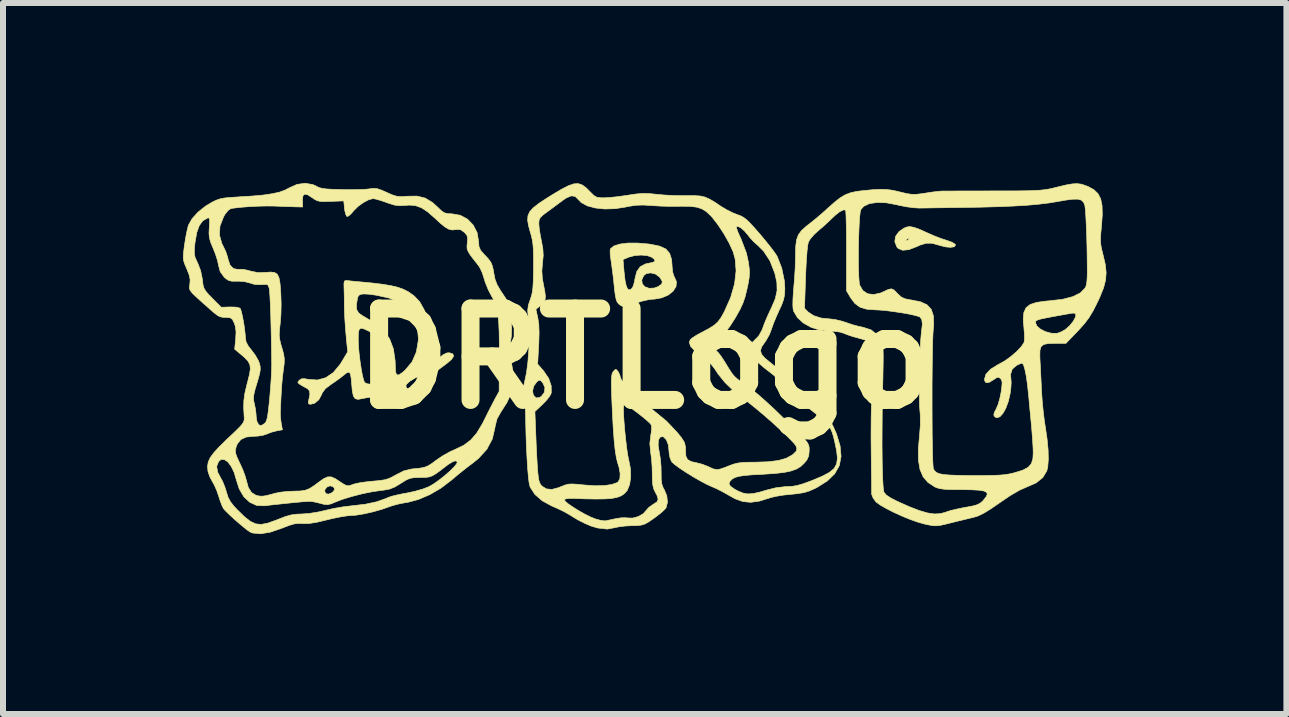
<source format=kicad_pcb>
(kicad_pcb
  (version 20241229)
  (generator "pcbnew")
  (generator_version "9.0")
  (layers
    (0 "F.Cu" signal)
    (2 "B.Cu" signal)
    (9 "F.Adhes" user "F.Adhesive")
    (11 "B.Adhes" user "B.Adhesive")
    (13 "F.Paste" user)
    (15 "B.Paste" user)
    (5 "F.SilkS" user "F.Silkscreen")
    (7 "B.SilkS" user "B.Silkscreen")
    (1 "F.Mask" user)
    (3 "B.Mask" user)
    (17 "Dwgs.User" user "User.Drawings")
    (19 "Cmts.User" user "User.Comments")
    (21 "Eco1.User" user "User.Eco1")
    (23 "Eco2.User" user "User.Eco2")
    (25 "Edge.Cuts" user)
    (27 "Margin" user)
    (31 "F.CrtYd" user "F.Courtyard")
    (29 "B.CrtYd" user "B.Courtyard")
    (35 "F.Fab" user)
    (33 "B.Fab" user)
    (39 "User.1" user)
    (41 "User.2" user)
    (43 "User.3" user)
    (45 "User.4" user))
  (footprint "DRTLogo"
    (layer "F.Cu")
    (at 7.697 2.928)
    (property "Reference" "DRTLogo" (at 0 0 180) (layer "F.SilkS") (effects (font (size 1.524 1.524) (thickness 0.3))))
    (attr through_hole)
    (fp_poly (pts (xy 4.49 -2.188) (xy 4.577 -2.157) (xy 4.696 -2.103) (xy 4.709 -2.097) (xy 4.821 -2.048) (xy 4.939 -2.002) (xy 5.036 -1.971) (xy 5.127 -1.938) (xy 5.175 -1.907) (xy 5.182 -1.892) (xy 5.16 -1.864) (xy 5.101 -1.855) (xy 5.017 -1.862) (xy 4.918 -1.887) (xy 4.902 -1.892) (xy 4.79 -1.923) (xy 4.693 -1.923) (xy 4.591 -1.892) (xy 4.534 -1.866) (xy 4.404 -1.816) (xy 4.301 -1.806) (xy 4.227 -1.836) (xy 4.205 -1.86) (xy 4.17 -1.948) (xy 4.172 -1.963) (xy 4.346 -1.963) (xy 4.371 -1.968) (xy 4.376 -1.97) (xy 4.407 -1.99) (xy 4.408 -2.002) (xy 4.381 -1.999) (xy 4.362 -1.984) (xy 4.346 -1.963) (xy 4.172 -1.963) (xy 4.182 -2.036) (xy 4.239 -2.116) (xy 4.322 -2.174) (xy 4.374 -2.195) (xy 4.426 -2.2) (xy 4.49 -2.188)) (stroke (width 0.01) (type solid)) (fill yes) (layer "F.SilkS"))
    (fp_poly (pts (xy 0.071 -1.91) (xy 0.109 -1.904) (xy 0.252 -1.874) (xy 0.353 -1.827) (xy 0.416 -1.755) (xy 0.449 -1.652) (xy 0.458 -1.527) (xy 0.466 -1.444) (xy 0.487 -1.377) (xy 0.496 -1.36) (xy 0.531 -1.28) (xy 0.522 -1.199) (xy 0.474 -1.124) (xy 0.394 -1.06) (xy 0.287 -1.014) (xy 0.161 -0.991) (xy 0.127 -0.99) (xy 0.058 -0.981) (xy -0.038 -0.959) (xy -0.139 -0.927) (xy -0.14 -0.927) (xy -0.244 -0.891) (xy -0.312 -0.872) (xy -0.357 -0.868) (xy -0.391 -0.88) (xy -0.427 -0.906) (xy -0.429 -0.908) (xy -0.455 -0.937) (xy -0.474 -0.981) (xy -0.489 -1.051) (xy -0.503 -1.157) (xy -0.509 -1.219) (xy -0.523 -1.352) (xy -0.54 -1.485) (xy -0.555 -1.599) (xy -0.562 -1.643) (xy -0.563 -1.651) (xy -0.361 -1.651) (xy -0.343 -1.442) (xy -0.326 -1.296) (xy -0.304 -1.2) (xy -0.276 -1.151) (xy -0.241 -1.147) (xy -0.206 -1.177) (xy -0.186 -1.222) (xy -0.167 -1.295) (xy -0.165 -1.31) (xy -0.049 -1.31) (xy -0.039 -1.245) (xy 0.005 -1.197) (xy 0.074 -1.172) (xy 0.159 -1.176) (xy 0.227 -1.201) (xy 0.283 -1.241) (xy 0.294 -1.286) (xy 0.259 -1.345) (xy 0.249 -1.358) (xy 0.181 -1.409) (xy 0.101 -1.429) (xy 0.027 -1.418) (xy -0.016 -1.383) (xy -0.049 -1.31) (xy -0.165 -1.31) (xy -0.162 -1.331) (xy -0.131 -1.452) (xy -0.074 -1.532) (xy 0.013 -1.578) (xy 0.064 -1.589) (xy 0.143 -1.606) (xy 0.173 -1.628) (xy 0.157 -1.659) (xy 0.121 -1.688) (xy 0.047 -1.716) (xy -0.055 -1.726) (xy -0.166 -1.718) (xy -0.266 -1.691) (xy -0.27 -1.689) (xy -0.361 -1.651) (xy -0.563 -1.651) (xy -0.574 -1.73) (xy -0.576 -1.799) (xy -0.571 -1.83) (xy -0.514 -1.877) (xy -0.415 -1.909) (xy -0.28 -1.926) (xy -0.116 -1.926) (xy 0.071 -1.91)) (stroke (width 0.01) (type solid)) (fill yes) (layer "F.SilkS"))
    (fp_poly (pts (xy -4.953 -1.3) (xy -4.89 -1.293) (xy -4.802 -1.284) (xy -4.763 -1.281) (xy -4.543 -1.26) (xy -4.367 -1.239) (xy -4.226 -1.215) (xy -4.113 -1.188) (xy -4.021 -1.155) (xy -3.941 -1.114) (xy -3.866 -1.062) (xy -3.838 -1.04) (xy -3.75 -0.947) (xy -3.678 -0.818) (xy -3.619 -0.647) (xy -3.596 -0.557) (xy -3.577 -0.465) (xy -3.571 -0.388) (xy -3.578 -0.304) (xy -3.595 -0.205) (xy -3.62 -0.061) (xy -3.627 0.037) (xy -3.616 0.091) (xy -3.585 0.104) (xy -3.531 0.077) (xy -3.454 0.013) (xy -3.437 -0.002) (xy -3.359 -0.065) (xy -3.299 -0.094) (xy -3.257 -0.097) (xy -3.198 -0.078) (xy -3.185 -0.04) (xy -3.219 0.013) (xy -3.293 0.077) (xy -3.367 0.132) (xy -3.432 0.18) (xy -3.46 0.201) (xy -3.513 0.226) (xy -3.593 0.248) (xy -3.64 0.257) (xy -3.73 0.282) (xy -3.825 0.323) (xy -3.908 0.373) (xy -3.966 0.424) (xy -3.981 0.45) (xy -3.971 0.487) (xy -3.939 0.525) (xy -3.899 0.576) (xy -3.886 0.619) (xy -3.891 0.647) (xy -3.915 0.658) (xy -3.971 0.653) (xy -4.007 0.647) (xy -4.107 0.637) (xy -4.235 0.633) (xy -4.374 0.634) (xy -4.51 0.64) (xy -4.626 0.651) (xy -4.705 0.666) (xy -4.777 0.68) (xy -4.826 0.668) (xy -4.856 0.624) (xy -4.874 0.54) (xy -4.882 0.448) (xy -4.892 0.331) (xy -4.905 0.258) (xy -4.925 0.227) (xy -4.956 0.23) (xy -5.003 0.264) (xy -5.012 0.272) (xy -5.08 0.326) (xy -5.168 0.389) (xy -5.225 0.427) (xy -5.319 0.498) (xy -5.373 0.568) (xy -5.385 0.599) (xy -5.433 0.687) (xy -5.503 0.745) (xy -5.571 0.762) (xy -5.603 0.754) (xy -5.606 0.72) (xy -5.6 0.692) (xy -5.581 0.599) (xy -5.587 0.54) (xy -5.619 0.503) (xy -5.626 0.499) (xy -5.713 0.451) (xy -5.762 0.42) (xy -5.781 0.399) (xy -5.776 0.382) (xy -5.757 0.361) (xy -5.721 0.337) (xy -5.669 0.335) (xy -5.608 0.346) (xy -5.456 0.357) (xy -5.317 0.319) (xy -5.19 0.232) (xy -5.077 0.096) (xy -5.047 0.048) (xy -4.951 -0.113) (xy -4.971 -0.314) (xy -4.775 -0.314) (xy -4.771 -0.208) (xy -4.76 -0.083) (xy -4.744 0.048) (xy -4.725 0.173) (xy -4.705 0.282) (xy -4.684 0.362) (xy -4.667 0.4) (xy -4.627 0.419) (xy -4.549 0.43) (xy -4.493 0.432) (xy -4.409 0.43) (xy -4.362 0.421) (xy -4.339 0.4) (xy -4.328 0.366) (xy -4.321 0.303) (xy -4.322 0.205) (xy -4.328 0.09) (xy -4.338 -0.029) (xy -4.351 -0.134) (xy -4.367 -0.21) (xy -4.371 -0.223) (xy -4.44 -0.335) (xy -4.55 -0.43) (xy -4.603 -0.46) (xy -4.683 -0.497) (xy -4.734 -0.507) (xy -4.761 -0.483) (xy -4.773 -0.42) (xy -4.775 -0.314) (xy -4.971 -0.314) (xy -4.977 -0.381) (xy -4.989 -0.521) (xy -4.999 -0.67) (xy -5.005 -0.803) (xy -5.006 -0.851) (xy -5.006 -0.894) (xy -4.806 -0.894) (xy -4.801 -0.816) (xy -4.768 -0.76) (xy -4.703 -0.714) (xy -4.68 -0.701) (xy -4.492 -0.59) (xy -4.351 -0.467) (xy -4.251 -0.327) (xy -4.189 -0.162) (xy -4.16 0.036) (xy -4.157 0.133) (xy -4.152 0.224) (xy -4.134 0.27) (xy -4.098 0.272) (xy -4.038 0.232) (xy -3.991 0.19) (xy -3.878 0.055) (xy -3.806 -0.11) (xy -3.774 -0.3) (xy -3.773 -0.343) (xy -3.791 -0.536) (xy -3.847 -0.698) (xy -3.944 -0.83) (xy -4.081 -0.934) (xy -4.259 -1.009) (xy -4.477 -1.057) (xy -4.604 -1.074) (xy -4.69 -1.078) (xy -4.744 -1.069) (xy -4.774 -1.044) (xy -4.787 -1.007) (xy -4.806 -0.894) (xy -5.006 -0.894) (xy -5.007 -0.969) (xy -5.009 -1.086) (xy -5.012 -1.178) (xy -5.012 -1.181) (xy -5.013 -1.256) (xy -5.005 -1.292) (xy -4.982 -1.302) (xy -4.953 -1.3)) (stroke (width 0.01) (type solid)) (fill yes) (layer "F.SilkS"))
    (fp_poly (pts (xy 7.279 -2.908) (xy 7.351 -2.884) (xy 7.392 -2.868) (xy 7.488 -2.816) (xy 7.557 -2.75) (xy 7.602 -2.663) (xy 7.625 -2.549) (xy 7.629 -2.4) (xy 7.616 -2.216) (xy 7.604 -2.087) (xy 7.599 -1.993) (xy 7.602 -1.915) (xy 7.614 -1.839) (xy 7.637 -1.748) (xy 7.645 -1.715) (xy 7.68 -1.564) (xy 7.693 -1.434) (xy 7.684 -1.31) (xy 7.65 -1.179) (xy 7.589 -1.028) (xy 7.546 -0.935) (xy 7.475 -0.795) (xy 7.408 -0.684) (xy 7.333 -0.584) (xy 7.237 -0.477) (xy 7.219 -0.458) (xy 7.023 -0.254) (xy 6.841 -0.254) (xy 6.726 -0.251) (xy 6.651 -0.235) (xy 6.607 -0.198) (xy 6.589 -0.132) (xy 6.588 -0.027) (xy 6.591 0.034) (xy 6.597 0.147) (xy 6.604 0.29) (xy 6.612 0.443) (xy 6.617 0.554) (xy 6.628 0.713) (xy 6.645 0.89) (xy 6.666 1.059) (xy 6.681 1.151) (xy 6.709 1.344) (xy 6.726 1.524) (xy 6.729 1.68) (xy 6.72 1.803) (xy 6.704 1.872) (xy 6.637 1.983) (xy 6.526 2.072) (xy 6.38 2.136) (xy 6.252 2.192) (xy 6.095 2.283) (xy 5.92 2.402) (xy 5.77 2.505) (xy 5.652 2.578) (xy 5.558 2.623) (xy 5.498 2.642) (xy 5.417 2.662) (xy 5.304 2.689) (xy 5.181 2.719) (xy 5.126 2.733) (xy 5.009 2.762) (xy 4.927 2.78) (xy 4.866 2.787) (xy 4.81 2.786) (xy 4.747 2.775) (xy 4.661 2.757) (xy 4.661 2.757) (xy 4.555 2.727) (xy 4.428 2.682) (xy 4.291 2.626) (xy 4.155 2.564) (xy 4.031 2.501) (xy 3.93 2.443) (xy 3.863 2.395) (xy 3.854 2.387) (xy 3.809 2.324) (xy 3.785 2.265) (xy 3.784 2.254) (xy 3.784 2.214) (xy 3.783 2.131) (xy 3.782 2.011) (xy 3.78 1.863) (xy 3.778 1.692) (xy 3.776 1.511) (xy 3.774 1.322) (xy 3.775 1.142) (xy 3.776 0.98) (xy 3.779 0.845) (xy 3.783 0.745) (xy 3.788 0.691) (xy 3.795 0.615) (xy 3.802 0.503) (xy 3.808 0.367) (xy 3.812 0.223) (xy 3.812 0.19) (xy 3.813 0.025) (xy 3.809 -0.098) (xy 3.796 -0.184) (xy 3.77 -0.244) (xy 3.729 -0.284) (xy 3.668 -0.312) (xy 3.584 -0.336) (xy 3.567 -0.341) (xy 3.468 -0.368) (xy 3.379 -0.398) (xy 3.325 -0.42) (xy 3.256 -0.442) (xy 3.156 -0.455) (xy 3.081 -0.457) (xy 2.923 -0.474) (xy 2.775 -0.521) (xy 2.647 -0.592) (xy 2.548 -0.682) (xy 2.486 -0.785) (xy 2.474 -0.827) (xy 2.474 -0.838) (xy 2.665 -0.838) (xy 2.726 -0.776) (xy 2.819 -0.715) (xy 2.946 -0.675) (xy 3.092 -0.661) (xy 3.174 -0.651) (xy 3.277 -0.627) (xy 3.359 -0.601) (xy 3.464 -0.565) (xy 3.572 -0.536) (xy 3.638 -0.523) (xy 3.774 -0.479) (xy 3.882 -0.394) (xy 3.945 -0.298) (xy 3.959 -0.262) (xy 3.968 -0.215) (xy 3.974 -0.149) (xy 3.977 -0.057) (xy 3.976 0.068) (xy 3.973 0.234) (xy 3.972 0.305) (xy 3.965 0.61) (xy 3.96 0.902) (xy 3.958 1.176) (xy 3.957 1.429) (xy 3.959 1.655) (xy 3.962 1.85) (xy 3.968 2.01) (xy 3.975 2.131) (xy 3.984 2.207) (xy 3.989 2.227) (xy 4.026 2.273) (xy 4.105 2.326) (xy 4.21 2.379) (xy 4.411 2.469) (xy 4.577 2.533) (xy 4.714 2.573) (xy 4.829 2.59) (xy 4.928 2.585) (xy 5.019 2.561) (xy 5.032 2.555) (xy 5.097 2.534) (xy 5.194 2.511) (xy 5.306 2.487) (xy 5.347 2.48) (xy 5.461 2.459) (xy 5.537 2.438) (xy 5.59 2.413) (xy 5.631 2.378) (xy 5.645 2.363) (xy 5.691 2.306) (xy 5.711 2.262) (xy 5.701 2.23) (xy 5.657 2.208) (xy 5.575 2.194) (xy 5.45 2.187) (xy 5.28 2.184) (xy 5.241 2.184) (xy 5.099 2.183) (xy 4.996 2.178) (xy 4.922 2.168) (xy 4.866 2.152) (xy 4.831 2.136) (xy 4.722 2.064) (xy 4.642 1.97) (xy 4.59 1.849) (xy 4.564 1.697) (xy 4.562 1.508) (xy 4.579 1.321) (xy 4.596 1.108) (xy 4.594 0.926) (xy 4.589 0.876) (xy 4.583 0.792) (xy 4.58 0.668) (xy 4.579 0.515) (xy 4.58 0.344) (xy 4.583 0.166) (xy 4.588 -0.01) (xy 4.594 -0.173) (xy 4.602 -0.312) (xy 4.611 -0.416) (xy 4.616 -0.457) (xy 4.629 -0.576) (xy 4.619 -0.654) (xy 4.585 -0.696) (xy 4.577 -0.699) (xy 4.511 -0.719) (xy 4.407 -0.742) (xy 4.282 -0.764) (xy 4.147 -0.784) (xy 4.017 -0.801) (xy 3.906 -0.81) (xy 3.852 -0.812) (xy 3.703 -0.823) (xy 3.59 -0.857) (xy 3.504 -0.92) (xy 3.434 -1.013) (xy 3.365 -1.13) (xy 3.365 -1.618) (xy 3.563 -1.618) (xy 3.565 -1.475) (xy 3.57 -1.355) (xy 3.577 -1.267) (xy 3.584 -1.226) (xy 3.636 -1.135) (xy 3.717 -1.081) (xy 3.82 -1.068) (xy 3.94 -1.096) (xy 3.988 -1.118) (xy 4.065 -1.154) (xy 4.115 -1.163) (xy 4.159 -1.142) (xy 4.212 -1.088) (xy 4.217 -1.082) (xy 4.275 -1.028) (xy 4.337 -0.998) (xy 4.425 -0.98) (xy 4.44 -0.978) (xy 4.595 -0.948) (xy 4.706 -0.898) (xy 4.777 -0.822) (xy 4.813 -0.714) (xy 4.818 -0.57) (xy 4.813 -0.51) (xy 4.807 -0.43) (xy 4.802 -0.311) (xy 4.798 -0.16) (xy 4.795 0.017) (xy 4.793 0.212) (xy 4.791 0.421) (xy 4.791 0.636) (xy 4.791 0.851) (xy 4.792 1.061) (xy 4.793 1.258) (xy 4.796 1.437) (xy 4.799 1.59) (xy 4.803 1.712) (xy 4.808 1.797) (xy 4.813 1.838) (xy 4.814 1.839) (xy 4.836 1.874) (xy 4.867 1.9) (xy 4.913 1.919) (xy 4.982 1.933) (xy 5.08 1.941) (xy 5.213 1.946) (xy 5.387 1.949) (xy 5.467 1.949) (xy 5.653 1.949) (xy 5.798 1.947) (xy 5.911 1.943) (xy 6.001 1.935) (xy 6.079 1.923) (xy 6.154 1.906) (xy 6.172 1.901) (xy 6.304 1.86) (xy 6.393 1.812) (xy 6.447 1.751) (xy 6.472 1.667) (xy 6.477 1.58) (xy 6.475 1.491) (xy 6.468 1.371) (xy 6.458 1.238) (xy 6.452 1.162) (xy 6.438 1.011) (xy 6.421 0.837) (xy 6.406 0.67) (xy 6.4 0.607) (xy 6.381 0.431) (xy 6.36 0.285) (xy 6.337 0.174) (xy 6.315 0.103) (xy 6.294 0.076) (xy 6.294 0.076) (xy 6.257 0.087) (xy 6.2 0.113) (xy 6.197 0.115) (xy 6.128 0.176) (xy 6.099 0.264) (xy 6.106 0.342) (xy 6.11 0.399) (xy 6.105 0.486) (xy 6.093 0.582) (xy 6.063 0.712) (xy 6.022 0.825) (xy 5.973 0.913) (xy 5.922 0.969) (xy 5.872 0.987) (xy 5.836 0.97) (xy 5.82 0.94) (xy 5.83 0.896) (xy 5.858 0.843) (xy 5.89 0.77) (xy 5.92 0.668) (xy 5.942 0.561) (xy 5.955 0.461) (xy 5.959 0.397) (xy 5.951 0.359) (xy 5.932 0.333) (xy 5.902 0.311) (xy 5.869 0.317) (xy 5.818 0.351) (xy 5.74 0.397) (xy 5.689 0.402) (xy 5.666 0.365) (xy 5.664 0.346) (xy 5.689 0.261) (xy 5.764 0.179) (xy 5.886 0.103) (xy 5.911 0.09) (xy 6.009 0.035) (xy 6.111 -0.04) (xy 6.206 -0.122) (xy 6.281 -0.202) (xy 6.324 -0.268) (xy 6.325 -0.27) (xy 6.332 -0.321) (xy 6.332 -0.404) (xy 6.323 -0.503) (xy 6.323 -0.51) (xy 6.315 -0.6) (xy 6.515 -0.6) (xy 6.538 -0.544) (xy 6.598 -0.492) (xy 6.682 -0.449) (xy 6.777 -0.423) (xy 6.867 -0.421) (xy 6.882 -0.423) (xy 6.947 -0.447) (xy 7.014 -0.485) (xy 7.086 -0.549) (xy 7.146 -0.624) (xy 7.183 -0.695) (xy 7.188 -0.725) (xy 7.18 -0.752) (xy 7.147 -0.759) (xy 7.093 -0.752) (xy 6.909 -0.719) (xy 6.769 -0.693) (xy 6.666 -0.673) (xy 6.596 -0.658) (xy 6.552 -0.644) (xy 6.528 -0.632) (xy 6.517 -0.619) (xy 6.515 -0.604) (xy 6.515 -0.6) (xy 6.315 -0.6) (xy 6.311 -0.657) (xy 6.321 -0.768) (xy 6.357 -0.847) (xy 6.427 -0.902) (xy 6.534 -0.937) (xy 6.684 -0.958) (xy 6.753 -0.964) (xy 6.968 -0.989) (xy 7.138 -1.033) (xy 7.263 -1.095) (xy 7.34 -1.174) (xy 7.341 -1.175) (xy 7.355 -1.202) (xy 7.365 -1.236) (xy 7.372 -1.284) (xy 7.377 -1.352) (xy 7.379 -1.446) (xy 7.378 -1.574) (xy 7.376 -1.743) (xy 7.374 -1.862) (xy 7.369 -2.039) (xy 7.363 -2.202) (xy 7.356 -2.345) (xy 7.349 -2.458) (xy 7.341 -2.534) (xy 7.337 -2.559) (xy 7.314 -2.61) (xy 7.277 -2.643) (xy 7.22 -2.658) (xy 7.134 -2.657) (xy 7.012 -2.641) (xy 6.899 -2.621) (xy 6.743 -2.595) (xy 6.57 -2.574) (xy 6.373 -2.556) (xy 6.148 -2.543) (xy 5.889 -2.532) (xy 5.588 -2.524) (xy 5.334 -2.52) (xy 5.155 -2.518) (xy 4.983 -2.515) (xy 4.829 -2.513) (xy 4.702 -2.511) (xy 4.612 -2.51) (xy 4.585 -2.509) (xy 4.483 -2.515) (xy 4.357 -2.532) (xy 4.229 -2.558) (xy 4.21 -2.563) (xy 4.032 -2.597) (xy 3.876 -2.603) (xy 3.747 -2.584) (xy 3.652 -2.539) (xy 3.604 -2.484) (xy 3.593 -2.439) (xy 3.583 -2.353) (xy 3.576 -2.234) (xy 3.57 -2.092) (xy 3.565 -1.936) (xy 3.563 -1.775) (xy 3.563 -1.618) (xy 3.365 -1.618) (xy 3.365 -1.795) (xy 3.365 -1.974) (xy 3.363 -2.136) (xy 3.36 -2.274) (xy 3.357 -2.381) (xy 3.353 -2.451) (xy 3.349 -2.476) (xy 3.313 -2.479) (xy 3.252 -2.449) (xy 3.177 -2.39) (xy 3.123 -2.339) (xy 3.054 -2.273) (xy 2.967 -2.194) (xy 2.898 -2.136) (xy 2.823 -2.067) (xy 2.762 -1.996) (xy 2.731 -1.946) (xy 2.718 -1.89) (xy 2.707 -1.79) (xy 2.696 -1.65) (xy 2.687 -1.477) (xy 2.682 -1.352) (xy 2.665 -0.838) (xy 2.474 -0.838) (xy 2.47 -0.89) (xy 2.472 -0.987) (xy 2.479 -1.105) (xy 2.486 -1.188) (xy 2.499 -1.34) (xy 2.509 -1.511) (xy 2.514 -1.671) (xy 2.515 -1.724) (xy 2.518 -1.871) (xy 2.532 -1.979) (xy 2.562 -2.063) (xy 2.615 -2.135) (xy 2.695 -2.207) (xy 2.748 -2.248) (xy 2.836 -2.318) (xy 2.938 -2.404) (xy 3.035 -2.49) (xy 3.038 -2.493) (xy 3.159 -2.601) (xy 3.257 -2.679) (xy 3.346 -2.732) (xy 3.436 -2.766) (xy 3.54 -2.788) (xy 3.652 -2.801) (xy 3.808 -2.816) (xy 3.929 -2.822) (xy 4.03 -2.819) (xy 4.126 -2.807) (xy 4.231 -2.784) (xy 4.278 -2.772) (xy 4.378 -2.749) (xy 4.456 -2.738) (xy 4.534 -2.739) (xy 4.632 -2.751) (xy 4.678 -2.758) (xy 4.786 -2.775) (xy 4.885 -2.787) (xy 4.955 -2.793) (xy 4.966 -2.793) (xy 5.01 -2.793) (xy 5.097 -2.793) (xy 5.222 -2.794) (xy 5.377 -2.794) (xy 5.555 -2.794) (xy 5.75 -2.795) (xy 5.837 -2.795) (xy 6.061 -2.795) (xy 6.241 -2.796) (xy 6.384 -2.798) (xy 6.498 -2.802) (xy 6.589 -2.807) (xy 6.664 -2.815) (xy 6.731 -2.825) (xy 6.795 -2.839) (xy 6.865 -2.856) (xy 6.877 -2.859) (xy 7.019 -2.893) (xy 7.125 -2.912) (xy 7.207 -2.917) (xy 7.279 -2.908)) (stroke (width 0.01) (type solid)) (fill yes) (layer "F.SilkS"))
    (fp_poly (pts (xy -1.039 -2.894) (xy -0.972 -2.844) (xy -0.903 -2.774) (xy -0.846 -2.718) (xy -0.797 -2.69) (xy -0.731 -2.681) (xy -0.681 -2.68) (xy -0.596 -2.685) (xy -0.48 -2.696) (xy -0.352 -2.713) (xy -0.285 -2.723) (xy -0.144 -2.744) (xy -0.031 -2.753) (xy 0.075 -2.751) (xy 0.197 -2.739) (xy 0.198 -2.739) (xy 0.325 -2.727) (xy 0.478 -2.719) (xy 0.63 -2.716) (xy 0.69 -2.717) (xy 0.823 -2.717) (xy 0.922 -2.711) (xy 1.005 -2.693) (xy 1.085 -2.657) (xy 1.179 -2.601) (xy 1.27 -2.539) (xy 1.369 -2.48) (xy 1.476 -2.427) (xy 1.543 -2.401) (xy 1.6 -2.38) (xy 1.65 -2.353) (xy 1.701 -2.314) (xy 1.762 -2.254) (xy 1.841 -2.167) (xy 1.92 -2.077) (xy 2.011 -1.968) (xy 2.093 -1.866) (xy 2.159 -1.779) (xy 2.201 -1.717) (xy 2.209 -1.704) (xy 2.285 -1.508) (xy 2.329 -1.295) (xy 2.337 -1.169) (xy 2.333 -1.071) (xy 2.317 -0.987) (xy 2.284 -0.896) (xy 2.245 -0.812) (xy 2.196 -0.703) (xy 2.15 -0.593) (xy 2.118 -0.503) (xy 2.116 -0.495) (xy 2.078 -0.398) (xy 2.025 -0.304) (xy 2.005 -0.275) (xy 1.951 -0.197) (xy 1.931 -0.133) (xy 1.948 -0.073) (xy 2.004 -0.008) (xy 2.101 0.071) (xy 2.109 0.077) (xy 2.21 0.16) (xy 2.313 0.256) (xy 2.395 0.346) (xy 2.402 0.355) (xy 2.474 0.437) (xy 2.571 0.532) (xy 2.678 0.627) (xy 2.731 0.672) (xy 2.878 0.793) (xy 2.988 0.902) (xy 3.073 1.009) (xy 3.14 1.125) (xy 3.198 1.257) (xy 3.258 1.456) (xy 3.274 1.63) (xy 3.245 1.783) (xy 3.169 1.919) (xy 3.046 2.039) (xy 2.874 2.147) (xy 2.845 2.162) (xy 2.749 2.205) (xy 2.659 2.233) (xy 2.554 2.251) (xy 2.438 2.263) (xy 2.317 2.275) (xy 2.2 2.294) (xy 2.108 2.315) (xy 2.083 2.323) (xy 1.912 2.376) (xy 1.767 2.396) (xy 1.636 2.383) (xy 1.505 2.336) (xy 1.402 2.278) (xy 1.302 2.221) (xy 1.195 2.167) (xy 1.128 2.138) (xy 1.037 2.097) (xy 0.928 2.039) (xy 0.809 1.971) (xy 0.693 1.899) (xy 0.588 1.83) (xy 0.505 1.769) (xy 0.454 1.724) (xy 0.447 1.715) (xy 0.421 1.649) (xy 0.407 1.565) (xy 0.406 1.544) (xy 0.394 1.437) (xy 0.362 1.354) (xy 0.315 1.306) (xy 0.298 1.3) (xy 0.253 1.312) (xy 0.228 1.365) (xy 0.225 1.453) (xy 0.244 1.564) (xy 0.262 1.67) (xy 0.273 1.798) (xy 0.275 1.905) (xy 0.276 2.015) (xy 0.286 2.092) (xy 0.308 2.153) (xy 0.326 2.184) (xy 0.369 2.287) (xy 0.38 2.394) (xy 0.357 2.486) (xy 0.356 2.488) (xy 0.324 2.524) (xy 0.263 2.579) (xy 0.182 2.641) (xy 0.159 2.658) (xy 0.073 2.718) (xy 0.009 2.755) (xy -0.051 2.775) (xy -0.125 2.783) (xy -0.216 2.785) (xy -0.323 2.791) (xy -0.418 2.802) (xy -0.484 2.815) (xy -0.491 2.817) (xy -0.625 2.842) (xy -0.783 2.824) (xy -0.889 2.793) (xy -0.996 2.748) (xy -1.108 2.691) (xy -1.156 2.663) (xy -1.263 2.597) (xy -1.352 2.547) (xy -1.448 2.501) (xy -1.551 2.456) (xy -1.71 2.369) (xy -1.728 2.353) (xy -1.339 2.353) (xy -1.323 2.38) (xy -1.272 2.423) (xy -1.195 2.476) (xy -1.102 2.534) (xy -1.004 2.59) (xy -0.909 2.637) (xy -0.828 2.671) (xy -0.827 2.671) (xy -0.744 2.694) (xy -0.674 2.705) (xy -0.648 2.704) (xy -0.593 2.692) (xy -0.513 2.675) (xy -0.475 2.667) (xy -0.39 2.654) (xy -0.317 2.653) (xy -0.295 2.656) (xy -0.202 2.659) (xy -0.105 2.633) (xy -0.022 2.585) (xy 0.015 2.542) (xy 0.069 2.481) (xy 0.14 2.431) (xy 0.143 2.429) (xy 0.204 2.39) (xy 0.225 2.345) (xy 0.206 2.281) (xy 0.178 2.229) (xy 0.151 2.173) (xy 0.135 2.104) (xy 0.128 2.008) (xy 0.127 1.929) (xy 0.124 1.805) (xy 0.115 1.679) (xy 0.102 1.577) (xy 0.1 1.565) (xy 0.086 1.416) (xy 0.101 1.286) (xy 0.114 1.202) (xy 0.116 1.134) (xy 0.112 1.109) (xy 0.086 1.076) (xy 0.028 1.023) (xy -0.053 0.956) (xy -0.124 0.901) (xy -0.221 0.829) (xy -0.285 0.785) (xy -0.324 0.766) (xy -0.343 0.768) (xy -0.351 0.787) (xy -0.354 0.85) (xy -0.351 0.95) (xy -0.342 1.077) (xy -0.33 1.218) (xy -0.315 1.361) (xy -0.299 1.495) (xy -0.283 1.607) (xy -0.267 1.685) (xy -0.265 1.692) (xy -0.238 1.831) (xy -0.233 1.971) (xy -0.25 2.096) (xy -0.288 2.192) (xy -0.296 2.204) (xy -0.337 2.25) (xy -0.388 2.286) (xy -0.455 2.312) (xy -0.543 2.33) (xy -0.658 2.339) (xy -0.807 2.341) (xy -0.996 2.338) (xy -1.192 2.33) (xy -1.28 2.332) (xy -1.331 2.344) (xy -1.339 2.353) (xy -1.728 2.353) (xy -1.83 2.264) (xy -1.906 2.147) (xy -1.914 2.126) (xy -1.927 2.067) (xy -1.939 1.965) (xy -1.951 1.828) (xy -1.961 1.661) (xy -1.971 1.474) (xy -1.978 1.273) (xy -1.983 1.066) (xy -1.986 0.889) (xy -1.986 0.883) (xy -1.83 0.883) (xy -1.816 1.235) (xy -1.807 1.462) (xy -1.798 1.644) (xy -1.79 1.786) (xy -1.782 1.894) (xy -1.773 1.974) (xy -1.763 2.031) (xy -1.75 2.071) (xy -1.735 2.099) (xy -1.716 2.122) (xy -1.713 2.125) (xy -1.639 2.172) (xy -1.547 2.181) (xy -1.431 2.15) (xy -1.385 2.131) (xy -1.327 2.108) (xy -1.275 2.094) (xy -1.216 2.09) (xy -1.135 2.094) (xy -1.019 2.106) (xy -1.007 2.107) (xy -0.831 2.12) (xy -0.676 2.117) (xy -0.549 2.099) (xy -0.46 2.068) (xy -0.441 2.054) (xy -0.413 2.001) (xy -0.409 1.915) (xy -0.428 1.809) (xy -0.447 1.749) (xy -0.47 1.663) (xy -0.491 1.535) (xy -0.509 1.363) (xy -0.525 1.144) (xy -0.539 0.878) (xy -0.548 0.673) (xy -0.553 0.517) (xy -0.555 0.403) (xy -0.553 0.324) (xy -0.547 0.271) (xy -0.536 0.236) (xy -0.523 0.216) (xy -0.491 0.181) (xy -0.469 0.186) (xy -0.444 0.214) (xy -0.414 0.272) (xy -0.406 0.31) (xy -0.388 0.352) (xy -0.337 0.418) (xy -0.261 0.502) (xy -0.166 0.596) (xy -0.061 0.693) (xy 0.047 0.787) (xy 0.152 0.868) (xy 0.367 1.045) (xy 0.552 1.242) (xy 0.617 1.324) (xy 0.664 1.399) (xy 0.681 1.476) (xy 0.682 1.537) (xy 0.687 1.626) (xy 0.715 1.683) (xy 0.778 1.718) (xy 0.866 1.737) (xy 0.96 1.761) (xy 1.055 1.798) (xy 1.068 1.804) (xy 1.138 1.837) (xy 1.195 1.85) (xy 1.255 1.843) (xy 1.335 1.816) (xy 1.397 1.791) (xy 1.47 1.763) (xy 1.538 1.744) (xy 1.616 1.733) (xy 1.717 1.728) (xy 1.849 1.727) (xy 2.06 1.72) (xy 2.228 1.699) (xy 2.359 1.662) (xy 2.459 1.607) (xy 2.482 1.589) (xy 2.527 1.543) (xy 2.537 1.502) (xy 2.527 1.464) (xy 2.498 1.422) (xy 2.436 1.355) (xy 2.347 1.267) (xy 2.238 1.165) (xy 2.116 1.054) (xy 1.986 0.941) (xy 1.856 0.832) (xy 1.732 0.732) (xy 1.638 0.66) (xy 1.472 0.528) (xy 1.339 0.399) (xy 1.227 0.26) (xy 1.16 0.16) (xy 1.102 0.088) (xy 1.018 0.009) (xy 0.939 -0.051) (xy 0.826 -0.138) (xy 0.767 -0.205) (xy 1.147 -0.205) (xy 1.163 -0.158) (xy 1.192 -0.134) (xy 1.229 -0.098) (xy 1.279 -0.031) (xy 1.335 0.054) (xy 1.344 0.069) (xy 1.408 0.174) (xy 1.456 0.247) (xy 1.499 0.299) (xy 1.548 0.342) (xy 1.613 0.389) (xy 1.648 0.413) (xy 1.758 0.492) (xy 1.881 0.591) (xy 2.022 0.715) (xy 2.187 0.868) (xy 2.379 1.054) (xy 2.432 1.105) (xy 2.545 1.217) (xy 2.626 1.299) (xy 2.682 1.36) (xy 2.716 1.406) (xy 2.734 1.444) (xy 2.742 1.481) (xy 2.743 1.523) (xy 2.743 1.531) (xy 2.735 1.621) (xy 2.703 1.691) (xy 2.666 1.737) (xy 2.606 1.795) (xy 2.533 1.84) (xy 2.442 1.873) (xy 2.323 1.898) (xy 2.17 1.915) (xy 1.974 1.928) (xy 1.956 1.929) (xy 1.787 1.938) (xy 1.661 1.949) (xy 1.57 1.963) (xy 1.505 1.982) (xy 1.459 2.008) (xy 1.424 2.043) (xy 1.424 2.043) (xy 1.406 2.085) (xy 1.429 2.127) (xy 1.494 2.174) (xy 1.557 2.208) (xy 1.64 2.242) (xy 1.72 2.256) (xy 1.811 2.25) (xy 1.926 2.224) (xy 2.014 2.197) (xy 2.189 2.153) (xy 2.349 2.134) (xy 2.37 2.134) (xy 2.455 2.13) (xy 2.541 2.116) (xy 2.641 2.087) (xy 2.769 2.04) (xy 2.803 2.027) (xy 2.964 1.959) (xy 3.081 1.897) (xy 3.158 1.832) (xy 3.2 1.756) (xy 3.213 1.66) (xy 3.2 1.537) (xy 3.171 1.398) (xy 3.148 1.302) (xy 3.124 1.224) (xy 3.094 1.159) (xy 3.051 1.098) (xy 2.989 1.034) (xy 2.904 0.96) (xy 2.788 0.868) (xy 2.674 0.78) (xy 2.565 0.692) (xy 2.462 0.601) (xy 2.377 0.518) (xy 2.324 0.458) (xy 2.25 0.37) (xy 2.157 0.282) (xy 2.101 0.237) (xy 1.992 0.153) (xy 1.89 0.066) (xy 1.803 -0.017) (xy 1.739 -0.088) (xy 1.705 -0.139) (xy 1.702 -0.153) (xy 1.72 -0.192) (xy 1.768 -0.248) (xy 1.814 -0.289) (xy 1.901 -0.377) (xy 1.957 -0.478) (xy 1.97 -0.514) (xy 2.003 -0.603) (xy 2.051 -0.714) (xy 2.103 -0.827) (xy 2.112 -0.844) (xy 2.177 -0.996) (xy 2.207 -1.132) (xy 2.204 -1.268) (xy 2.17 -1.422) (xy 2.169 -1.424) (xy 2.089 -1.629) (xy 1.982 -1.792) (xy 1.894 -1.88) (xy 1.818 -1.948) (xy 1.75 -2.022) (xy 1.726 -2.054) (xy 1.669 -2.122) (xy 1.61 -2.175) (xy 1.559 -2.202) (xy 1.531 -2.2) (xy 1.533 -2.171) (xy 1.555 -2.108) (xy 1.592 -2.025) (xy 1.606 -1.996) (xy 1.697 -1.757) (xy 1.729 -1.609) (xy 1.743 -1.506) (xy 1.747 -1.423) (xy 1.741 -1.341) (xy 1.723 -1.239) (xy 1.707 -1.164) (xy 1.676 -1.036) (xy 1.64 -0.929) (xy 1.591 -0.822) (xy 1.521 -0.697) (xy 1.507 -0.673) (xy 1.424 -0.543) (xy 1.341 -0.433) (xy 1.269 -0.352) (xy 1.251 -0.337) (xy 1.176 -0.264) (xy 1.147 -0.205) (xy 0.767 -0.205) (xy 0.762 -0.212) (xy 0.744 -0.275) (xy 0.763 -0.319) (xy 0.803 -0.351) (xy 0.873 -0.395) (xy 0.951 -0.437) (xy 1.072 -0.501) (xy 1.158 -0.556) (xy 1.222 -0.614) (xy 1.274 -0.685) (xy 1.327 -0.78) (xy 1.433 -1.018) (xy 1.499 -1.247) (xy 1.524 -1.464) (xy 1.508 -1.662) (xy 1.475 -1.78) (xy 1.41 -1.923) (xy 1.322 -2.079) (xy 1.223 -2.23) (xy 1.124 -2.357) (xy 1.092 -2.391) (xy 1.023 -2.454) (xy 0.95 -2.498) (xy 0.864 -2.525) (xy 0.753 -2.538) (xy 0.607 -2.54) (xy 0.53 -2.538) (xy 0.412 -2.538) (xy 0.271 -2.542) (xy 0.134 -2.55) (xy 0.114 -2.552) (xy -0.028 -2.56) (xy -0.148 -2.556) (xy -0.27 -2.537) (xy -0.315 -2.527) (xy -0.494 -2.499) (xy -0.667 -2.494) (xy -0.824 -2.511) (xy -0.958 -2.547) (xy -1.059 -2.603) (xy -1.106 -2.652) (xy -1.159 -2.704) (xy -1.225 -2.713) (xy -1.309 -2.677) (xy -1.37 -2.635) (xy -1.45 -2.575) (xy -1.547 -2.503) (xy -1.621 -2.449) (xy -1.697 -2.392) (xy -1.741 -2.35) (xy -1.76 -2.31) (xy -1.764 -2.258) (xy -1.764 -2.246) (xy -1.758 -2.171) (xy -1.742 -2.068) (xy -1.721 -1.96) (xy -1.72 -1.956) (xy -1.697 -1.827) (xy -1.691 -1.719) (xy -1.702 -1.602) (xy -1.703 -1.594) (xy -1.714 -1.462) (xy -1.706 -1.338) (xy -1.689 -1.244) (xy -1.665 -1.122) (xy -1.655 -1.038) (xy -1.66 -0.98) (xy -1.682 -0.937) (xy -1.722 -0.897) (xy -1.732 -0.888) (xy -1.813 -0.821) (xy -1.781 -0.677) (xy -1.765 -0.569) (xy -1.76 -0.431) (xy -1.765 -0.254) (xy -1.767 -0.221) (xy -1.784 0.091) (xy -1.682 0.209) (xy -1.6 0.33) (xy -1.558 0.454) (xy -1.557 0.569) (xy -1.563 0.589) (xy -1.59 0.636) (xy -1.643 0.702) (xy -1.705 0.765) (xy -1.83 0.883) (xy -1.986 0.883) (xy -1.99 0.83) (xy -2.001 0.742) (xy -2.011 0.669) (xy -2.024 0.553) (xy -2.024 0.547) (xy -1.869 0.547) (xy -1.854 0.61) (xy -1.811 0.655) (xy -1.755 0.65) (xy -1.721 0.629) (xy -1.672 0.563) (xy -1.663 0.482) (xy -1.698 0.405) (xy -1.735 0.364) (xy -1.762 0.361) (xy -1.799 0.389) (xy -1.852 0.463) (xy -1.869 0.547) (xy -2.024 0.547) (xy -2.017 0.455) (xy -1.999 0.377) (xy -1.969 0.232) (xy -1.946 0.051) (xy -1.931 -0.15) (xy -1.926 -0.358) (xy -1.931 -0.556) (xy -1.943 -0.699) (xy -1.95 -0.806) (xy -1.938 -0.894) (xy -1.908 -0.983) (xy -1.888 -1.042) (xy -1.873 -1.105) (xy -1.863 -1.184) (xy -1.857 -1.287) (xy -1.854 -1.425) (xy -1.853 -1.516) (xy -1.853 -1.68) (xy -1.855 -1.804) (xy -1.862 -1.901) (xy -1.874 -1.982) (xy -1.892 -2.059) (xy -1.903 -2.095) (xy -1.935 -2.212) (xy -1.951 -2.304) (xy -1.946 -2.38) (xy -1.917 -2.448) (xy -1.858 -2.513) (xy -1.767 -2.585) (xy -1.638 -2.67) (xy -1.542 -2.73) (xy -1.392 -2.82) (xy -1.274 -2.881) (xy -1.182 -2.913) (xy -1.106 -2.917) (xy -1.039 -2.894)) (stroke (width 0.01) (type solid)) (fill yes) (layer "F.SilkS"))
    (fp_poly (pts (xy -5.532 -2.901) (xy -5.471 -2.873) (xy -5.43 -2.852) (xy -5.378 -2.838) (xy -5.304 -2.828) (xy -5.2 -2.822) (xy -5.057 -2.818) (xy -5.039 -2.817) (xy -4.9 -2.816) (xy -4.77 -2.818) (xy -4.662 -2.822) (xy -4.588 -2.829) (xy -4.58 -2.831) (xy -4.516 -2.838) (xy -4.456 -2.832) (xy -4.384 -2.807) (xy -4.302 -2.771) (xy -4.207 -2.729) (xy -4.136 -2.707) (xy -4.067 -2.7) (xy -3.978 -2.705) (xy -3.957 -2.707) (xy -3.795 -2.709) (xy -3.659 -2.676) (xy -3.537 -2.602) (xy -3.454 -2.527) (xy -3.389 -2.464) (xy -3.338 -2.43) (xy -3.283 -2.416) (xy -3.21 -2.413) (xy -3.073 -2.389) (xy -2.952 -2.324) (xy -2.857 -2.224) (xy -2.793 -2.099) (xy -2.769 -1.956) (xy -2.769 -1.951) (xy -2.762 -1.866) (xy -2.735 -1.805) (xy -2.685 -1.747) (xy -2.611 -1.669) (xy -2.565 -1.607) (xy -2.538 -1.543) (xy -2.52 -1.461) (xy -2.514 -1.42) (xy -2.494 -1.32) (xy -2.46 -1.232) (xy -2.403 -1.134) (xy -2.373 -1.09) (xy -2.316 -1.004) (xy -2.279 -0.936) (xy -2.256 -0.868) (xy -2.241 -0.781) (xy -2.23 -0.681) (xy -2.218 -0.514) (xy -2.222 -0.378) (xy -2.235 -0.288) (xy -2.249 -0.195) (xy -2.251 -0.113) (xy -2.239 -0.021) (xy -2.221 0.065) (xy -2.19 0.255) (xy -2.19 0.421) (xy -2.224 0.575) (xy -2.295 0.731) (xy -2.398 0.892) (xy -2.462 1.006) (xy -2.493 1.129) (xy -2.496 1.152) (xy -2.54 1.341) (xy -2.632 1.513) (xy -2.771 1.665) (xy -2.855 1.733) (xy -2.961 1.813) (xy -3.083 1.91) (xy -3.197 2.005) (xy -3.223 2.027) (xy -3.396 2.159) (xy -3.583 2.268) (xy -3.772 2.349) (xy -3.949 2.396) (xy -3.974 2.399) (xy -4.083 2.419) (xy -4.194 2.448) (xy -4.246 2.465) (xy -4.379 2.512) (xy -4.528 2.554) (xy -4.677 2.588) (xy -4.809 2.61) (xy -4.897 2.616) (xy -4.974 2.623) (xy -5.084 2.641) (xy -5.209 2.667) (xy -5.3 2.689) (xy -5.464 2.728) (xy -5.59 2.748) (xy -5.689 2.751) (xy -5.705 2.75) (xy -5.777 2.747) (xy -5.848 2.757) (xy -5.934 2.783) (xy -6.049 2.828) (xy -6.053 2.829) (xy -6.242 2.894) (xy -6.402 2.92) (xy -6.533 2.908) (xy -6.566 2.897) (xy -6.609 2.87) (xy -6.677 2.817) (xy -6.761 2.747) (xy -6.848 2.671) (xy -6.928 2.597) (xy -6.991 2.535) (xy -7.022 2.499) (xy -7.047 2.448) (xy -7.078 2.367) (xy -7.1 2.298) (xy -7.134 2.198) (xy -7.177 2.102) (xy -7.204 2.055) (xy -7.248 1.973) (xy -7.278 1.889) (xy -7.281 1.873) (xy -7.287 1.797) (xy -7.135 1.797) (xy -7.119 1.893) (xy -7.075 1.975) (xy -7.033 2.054) (xy -6.993 2.156) (xy -6.973 2.222) (xy -6.945 2.311) (xy -6.906 2.385) (xy -6.846 2.462) (xy -6.788 2.523) (xy -6.671 2.637) (xy -6.573 2.714) (xy -6.484 2.755) (xy -6.391 2.764) (xy -6.283 2.743) (xy -6.149 2.695) (xy -6.11 2.68) (xy -5.987 2.632) (xy -5.888 2.605) (xy -5.793 2.593) (xy -5.723 2.591) (xy -5.595 2.582) (xy -5.444 2.558) (xy -5.321 2.53) (xy -5.183 2.498) (xy -5.026 2.471) (xy -4.883 2.454) (xy -4.864 2.452) (xy -4.653 2.427) (xy -4.464 2.386) (xy -4.309 2.331) (xy -4.282 2.318) (xy -4.224 2.297) (xy -4.132 2.274) (xy -4.022 2.251) (xy -3.978 2.244) (xy -3.833 2.213) (xy -3.693 2.173) (xy -3.594 2.134) (xy -3.519 2.09) (xy -3.431 2.028) (xy -3.339 1.956) (xy -3.253 1.881) (xy -3.182 1.812) (xy -3.137 1.758) (xy -3.124 1.73) (xy -3.141 1.704) (xy -3.189 1.713) (xy -3.265 1.758) (xy -3.3 1.784) (xy -3.406 1.865) (xy -3.482 1.92) (xy -3.54 1.954) (xy -3.59 1.972) (xy -3.643 1.98) (xy -3.712 1.981) (xy -3.741 1.981) (xy -3.84 1.984) (xy -3.911 1.996) (xy -3.976 2.024) (xy -4.058 2.075) (xy -4.067 2.081) (xy -4.165 2.14) (xy -4.252 2.175) (xy -4.354 2.194) (xy -4.388 2.197) (xy -4.539 2.219) (xy -4.711 2.254) (xy -4.885 2.299) (xy -5.042 2.347) (xy -5.15 2.389) (xy -5.23 2.422) (xy -5.288 2.435) (xy -5.345 2.43) (xy -5.404 2.414) (xy -5.49 2.393) (xy -5.565 2.38) (xy -5.588 2.379) (xy -5.639 2.382) (xy -5.728 2.389) (xy -5.843 2.4) (xy -5.972 2.413) (xy -6.104 2.427) (xy -6.225 2.44) (xy -6.324 2.452) (xy -6.341 2.454) (xy -6.468 2.448) (xy -6.584 2.395) (xy -6.683 2.302) (xy -6.759 2.172) (xy -6.806 2.026) (xy -6.843 1.899) (xy -6.893 1.796) (xy -6.949 1.722) (xy -7.008 1.683) (xy -7.063 1.682) (xy -7.103 1.716) (xy -7.135 1.797) (xy -7.287 1.797) (xy -7.287 1.797) (xy -7.276 1.725) (xy -7.243 1.652) (xy -7.183 1.57) (xy -7.093 1.472) (xy -6.969 1.35) (xy -6.952 1.334) (xy -6.844 1.232) (xy -6.768 1.158) (xy -6.718 1.104) (xy -6.69 1.063) (xy -6.677 1.029) (xy -6.675 0.993) (xy -6.677 0.959) (xy -6.685 0.819) (xy -6.682 0.702) (xy -6.667 0.589) (xy -6.637 0.457) (xy -6.622 0.4) (xy -6.589 0.269) (xy -6.574 0.175) (xy -6.581 0.104) (xy -6.611 0.045) (xy -6.667 -0.015) (xy -6.722 -0.063) (xy -6.835 -0.157) (xy -6.818 -0.327) (xy -6.812 -0.446) (xy -6.823 -0.535) (xy -6.841 -0.591) (xy -6.872 -0.653) (xy -6.909 -0.68) (xy -6.972 -0.686) (xy -6.977 -0.686) (xy -7.032 -0.688) (xy -7.076 -0.697) (xy -7.12 -0.719) (xy -7.175 -0.761) (xy -7.254 -0.829) (xy -7.281 -0.854) (xy -7.398 -0.957) (xy -7.481 -1.033) (xy -7.538 -1.088) (xy -7.571 -1.128) (xy -7.587 -1.16) (xy -7.59 -1.19) (xy -7.585 -1.224) (xy -7.582 -1.243) (xy -7.577 -1.315) (xy -7.592 -1.39) (xy -7.629 -1.486) (xy -7.634 -1.498) (xy -7.666 -1.572) (xy -7.685 -1.629) (xy -7.692 -1.685) (xy -7.689 -1.75) (xy -7.507 -1.75) (xy -7.496 -1.692) (xy -7.47 -1.63) (xy -7.452 -1.595) (xy -7.402 -1.465) (xy -7.373 -1.323) (xy -7.372 -1.31) (xy -7.363 -1.232) (xy -7.347 -1.175) (xy -7.317 -1.124) (xy -7.264 -1.063) (xy -7.208 -1.006) (xy -7.058 -0.856) (xy -6.909 -0.861) (xy -6.81 -0.858) (xy -6.752 -0.843) (xy -6.741 -0.834) (xy -6.725 -0.789) (xy -6.706 -0.709) (xy -6.687 -0.609) (xy -6.671 -0.504) (xy -6.66 -0.409) (xy -6.656 -0.351) (xy -6.645 -0.279) (xy -6.607 -0.208) (xy -6.554 -0.141) (xy -6.492 -0.058) (xy -6.442 0.029) (xy -6.423 0.077) (xy -6.41 0.13) (xy -6.408 0.182) (xy -6.418 0.247) (xy -6.442 0.337) (xy -6.464 0.411) (xy -6.498 0.524) (xy -6.516 0.604) (xy -6.521 0.664) (xy -6.515 0.718) (xy -6.506 0.754) (xy -6.487 0.849) (xy -6.477 0.943) (xy -6.477 0.96) (xy -6.466 1.042) (xy -6.437 1.099) (xy -6.401 1.118) (xy -6.37 1.104) (xy -6.337 1.082) (xy -6.317 1.061) (xy -6.301 1.025) (xy -6.287 0.966) (xy -6.274 0.876) (xy -6.26 0.748) (xy -6.251 0.657) (xy -6.238 0.502) (xy -6.227 0.348) (xy -6.22 0.21) (xy -6.217 0.101) (xy -6.217 0.076) (xy -6.222 -0.238) (xy -6.228 -0.51) (xy -6.234 -0.738) (xy -6.241 -0.921) (xy -6.248 -1.057) (xy -6.255 -1.144) (xy -6.26 -1.176) (xy -6.278 -1.223) (xy -6.307 -1.239) (xy -6.366 -1.234) (xy -6.375 -1.232) (xy -6.502 -1.236) (xy -6.566 -1.256) (xy -6.661 -1.281) (xy -6.773 -1.291) (xy -6.799 -1.29) (xy -6.883 -1.29) (xy -6.939 -1.304) (xy -6.988 -1.338) (xy -7.013 -1.362) (xy -7.077 -1.451) (xy -7.103 -1.552) (xy -7.12 -1.633) (xy -7.153 -1.736) (xy -7.193 -1.838) (xy -7.235 -1.937) (xy -7.256 -2.015) (xy -7.26 -2.06) (xy -7.089 -2.06) (xy -7.048 -1.917) (xy -7.027 -1.876) (xy -6.983 -1.784) (xy -6.951 -1.687) (xy -6.945 -1.656) (xy -6.912 -1.558) (xy -6.855 -1.5) (xy -6.775 -1.486) (xy -6.759 -1.489) (xy -6.695 -1.488) (xy -6.611 -1.471) (xy -6.58 -1.461) (xy -6.447 -1.433) (xy -6.326 -1.436) (xy -6.234 -1.443) (xy -6.168 -1.435) (xy -6.124 -1.406) (xy -6.096 -1.348) (xy -6.079 -1.255) (xy -6.068 -1.119) (xy -6.066 -1.088) (xy -6.06 -0.909) (xy -6.064 -0.732) (xy -6.076 -0.583) (xy -6.089 -0.47) (xy -6.092 -0.387) (xy -6.083 -0.313) (xy -6.062 -0.227) (xy -6.049 -0.185) (xy -6.02 -0.082) (xy -6.008 -0.002) (xy -6.009 0.079) (xy -6.022 0.182) (xy -6.038 0.304) (xy -6.051 0.452) (xy -6.062 0.633) (xy -6.072 0.857) (xy -6.074 0.914) (xy -6.071 0.981) (xy -6.061 1.065) (xy -6.058 1.082) (xy -6.039 1.187) (xy -6.137 1.205) (xy -6.222 1.227) (xy -6.298 1.257) (xy -6.303 1.259) (xy -6.369 1.28) (xy -6.459 1.293) (xy -6.515 1.295) (xy -6.643 1.308) (xy -6.732 1.349) (xy -6.79 1.421) (xy -6.81 1.471) (xy -6.822 1.524) (xy -6.821 1.571) (xy -6.803 1.628) (xy -6.765 1.711) (xy -6.75 1.742) (xy -6.704 1.842) (xy -6.666 1.941) (xy -6.644 2.016) (xy -6.643 2.018) (xy -6.608 2.147) (xy -6.555 2.232) (xy -6.481 2.278) (xy -6.47 2.281) (xy -6.421 2.292) (xy -6.374 2.294) (xy -6.317 2.286) (xy -6.235 2.266) (xy -6.161 2.245) (xy -6.069 2.227) (xy -5.953 2.214) (xy -5.87 2.211) (xy -5.334 2.211) (xy -5.316 2.25) (xy -5.272 2.26) (xy -5.217 2.238) (xy -5.194 2.219) (xy -5.167 2.182) (xy -5.179 2.152) (xy -5.19 2.14) (xy -5.239 2.12) (xy -5.291 2.137) (xy -5.328 2.179) (xy -5.334 2.211) (xy -5.87 2.211) (xy -5.848 2.21) (xy -5.738 2.207) (xy -5.658 2.195) (xy -5.587 2.167) (xy -5.508 2.116) (xy -5.446 2.069) (xy -5.354 2.004) (xy -5.286 1.972) (xy -5.225 1.972) (xy -5.156 2.002) (xy -5.093 2.044) (xy -5.018 2.093) (xy -4.97 2.117) (xy -4.93 2.12) (xy -4.885 2.106) (xy -4.87 2.099) (xy -4.805 2.081) (xy -4.707 2.063) (xy -4.591 2.049) (xy -4.537 2.044) (xy -4.415 2.033) (xy -4.328 2.019) (xy -4.258 1.997) (xy -4.188 1.962) (xy -4.146 1.938) (xy -4.015 1.872) (xy -3.889 1.841) (xy -3.861 1.838) (xy -3.75 1.827) (xy -3.671 1.812) (xy -3.609 1.787) (xy -3.544 1.746) (xy -3.472 1.692) (xy -3.369 1.622) (xy -3.246 1.553) (xy -3.149 1.509) (xy -3.012 1.443) (xy -2.898 1.356) (xy -2.799 1.241) (xy -2.706 1.087) (xy -2.667 1.01) (xy -2.612 0.898) (xy -2.554 0.785) (xy -2.506 0.693) (xy -2.496 0.674) (xy -2.426 0.547) (xy -2.423 -0.025) (xy -2.423 -0.257) (xy -2.426 -0.446) (xy -2.433 -0.597) (xy -2.443 -0.719) (xy -2.46 -0.816) (xy -2.482 -0.897) (xy -2.512 -0.969) (xy -2.549 -1.037) (xy -2.552 -1.041) (xy -2.607 -1.147) (xy -2.655 -1.265) (xy -2.676 -1.332) (xy -2.706 -1.426) (xy -2.743 -1.508) (xy -2.768 -1.548) (xy -2.852 -1.654) (xy -2.909 -1.73) (xy -2.943 -1.786) (xy -2.96 -1.831) (xy -2.962 -1.876) (xy -2.957 -1.928) (xy -2.951 -2.005) (xy -2.963 -2.054) (xy -2.999 -2.098) (xy -3.006 -2.105) (xy -3.067 -2.148) (xy -3.131 -2.153) (xy -3.151 -2.15) (xy -3.208 -2.144) (xy -3.263 -2.156) (xy -3.325 -2.191) (xy -3.402 -2.253) (xy -3.497 -2.341) (xy -3.617 -2.446) (xy -3.72 -2.514) (xy -3.819 -2.55) (xy -3.924 -2.559) (xy -3.99 -2.554) (xy -4.083 -2.549) (xy -4.166 -2.558) (xy -4.262 -2.587) (xy -4.305 -2.603) (xy -4.398 -2.635) (xy -4.478 -2.658) (xy -4.528 -2.667) (xy -4.528 -2.667) (xy -4.599 -2.649) (xy -4.687 -2.603) (xy -4.776 -2.539) (xy -4.85 -2.466) (xy -4.862 -2.451) (xy -4.91 -2.398) (xy -4.95 -2.37) (xy -4.962 -2.369) (xy -4.981 -2.398) (xy -4.998 -2.461) (xy -5.004 -2.504) (xy -5.016 -2.629) (xy -5.232 -2.621) (xy -5.341 -2.618) (xy -5.413 -2.621) (xy -5.464 -2.634) (xy -5.508 -2.658) (xy -5.536 -2.678) (xy -5.616 -2.73) (xy -5.669 -2.742) (xy -5.697 -2.714) (xy -5.705 -2.643) (xy -5.704 -2.635) (xy -5.702 -2.527) (xy -5.829 -2.53) (xy -5.917 -2.533) (xy -6.033 -2.537) (xy -6.154 -2.542) (xy -6.172 -2.543) (xy -6.295 -2.544) (xy -6.442 -2.541) (xy -6.595 -2.533) (xy -6.738 -2.522) (xy -6.856 -2.508) (xy -6.898 -2.501) (xy -6.943 -2.471) (xy -6.996 -2.405) (xy -7.02 -2.363) (xy -7.08 -2.209) (xy -7.089 -2.06) (xy -7.26 -2.06) (xy -7.263 -2.094) (xy -7.258 -2.185) (xy -7.253 -2.276) (xy -7.255 -2.326) (xy -7.267 -2.346) (xy -7.287 -2.343) (xy -7.366 -2.297) (xy -7.425 -2.218) (xy -7.467 -2.101) (xy -7.495 -1.939) (xy -7.497 -1.925) (xy -7.507 -1.821) (xy -7.507 -1.75) (xy -7.689 -1.75) (xy -7.688 -1.757) (xy -7.676 -1.859) (xy -7.672 -1.886) (xy -7.654 -2.005) (xy -7.632 -2.117) (xy -7.611 -2.205) (xy -7.604 -2.227) (xy -7.545 -2.332) (xy -7.447 -2.44) (xy -7.32 -2.542) (xy -7.21 -2.608) (xy -7.144 -2.64) (xy -7.081 -2.662) (xy -7.007 -2.677) (xy -6.908 -2.687) (xy -6.773 -2.695) (xy -6.769 -2.696) (xy -6.539 -2.71) (xy -6.353 -2.727) (xy -6.205 -2.749) (xy -6.088 -2.775) (xy -5.995 -2.809) (xy -5.927 -2.845) (xy -5.796 -2.904) (xy -5.66 -2.923) (xy -5.532 -2.901)) (stroke (width 0.01) (type solid)) (fill yes) (layer "F.SilkS")))
  (gr_rect
    (start -3 -3)
    (end 18.395 8.853)
    (stroke (width 0.1) (type default))
    (fill no)
    (layer "Edge.Cuts")))
</source>
